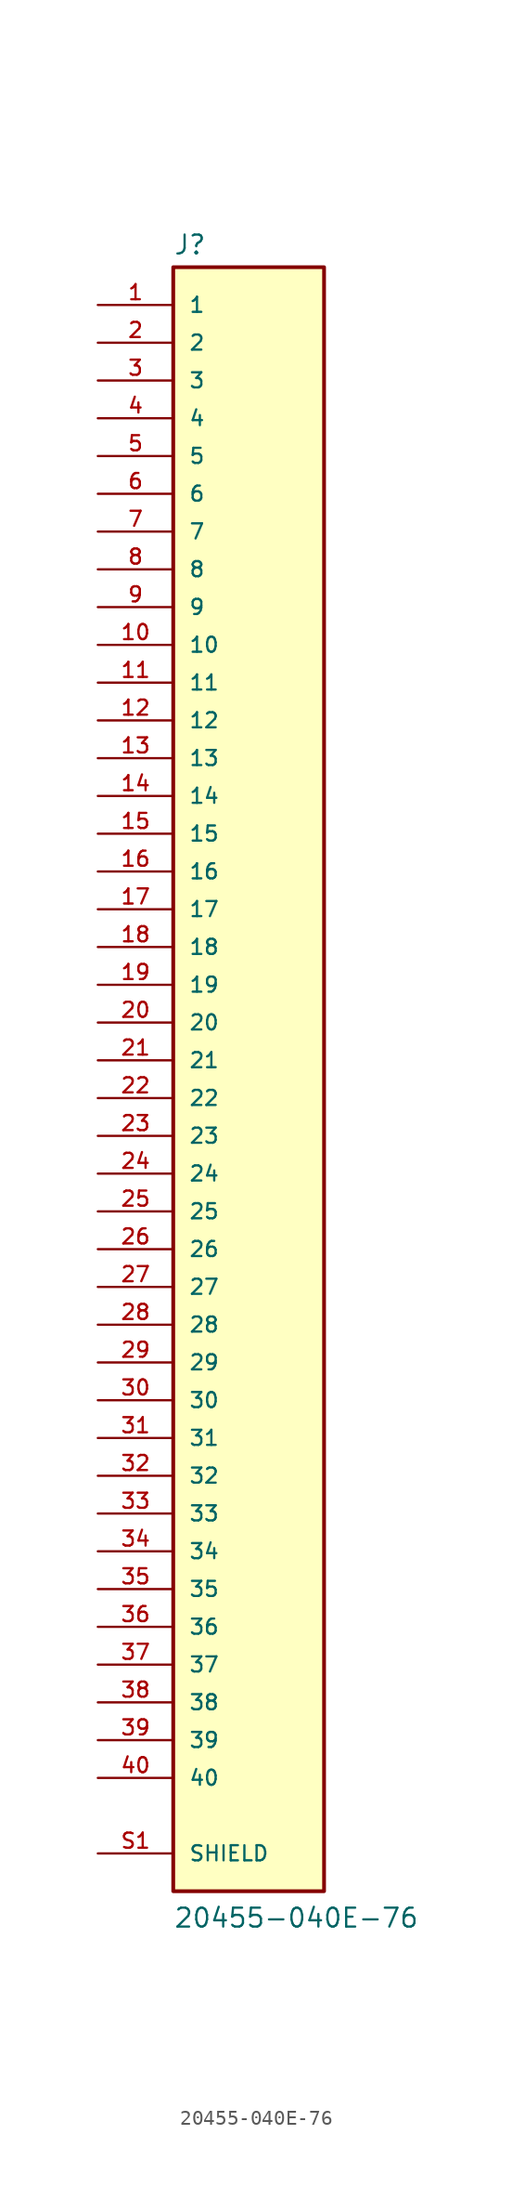
<source format=kicad_sym>
(kicad_symbol_lib
  (version 20211014)
  (generator kicad_symbol_editor)
  (symbol "20455-040E-76"
    (pin_names
      (offset 1.016))
    (property "Reference" "J"
      (at -5.08 54.102 0)
      (effects (font (size 1.27 1.27)) (justify bottom left)))
    (property "Value" "20455-040E-76"
      (at -5.08 -58.42 0)
      (effects (font (size 1.27 1.27)) (justify bottom left)))
    (symbol "20455-040E-76_0_0"
      (rectangle (start -5.08 -55.88) (end 5.08 53.34) (stroke (width 0.254)) (fill (type background)))
      (pin passive line (at -10.16 50.8 0) (length 5.08) (name "1" (effects (font (size 1.016 1.016)))) (number "1" (effects (font (size 1.016 1.016)))))
      (pin passive line (at -10.16 48.26 0) (length 5.08) (name "2" (effects (font (size 1.016 1.016)))) (number "2" (effects (font (size 1.016 1.016)))))
      (pin passive line (at -10.16 45.72 0) (length 5.08) (name "3" (effects (font (size 1.016 1.016)))) (number "3" (effects (font (size 1.016 1.016)))))
      (pin passive line (at -10.16 43.18 0) (length 5.08) (name "4" (effects (font (size 1.016 1.016)))) (number "4" (effects (font (size 1.016 1.016)))))
      (pin passive line (at -10.16 40.64 0) (length 5.08) (name "5" (effects (font (size 1.016 1.016)))) (number "5" (effects (font (size 1.016 1.016)))))
      (pin passive line (at -10.16 38.1 0) (length 5.08) (name "6" (effects (font (size 1.016 1.016)))) (number "6" (effects (font (size 1.016 1.016)))))
      (pin passive line (at -10.16 35.56 0) (length 5.08) (name "7" (effects (font (size 1.016 1.016)))) (number "7" (effects (font (size 1.016 1.016)))))
      (pin passive line (at -10.16 33.02 0) (length 5.08) (name "8" (effects (font (size 1.016 1.016)))) (number "8" (effects (font (size 1.016 1.016)))))
      (pin passive line (at -10.16 30.48 0) (length 5.08) (name "9" (effects (font (size 1.016 1.016)))) (number "9" (effects (font (size 1.016 1.016)))))
      (pin passive line (at -10.16 27.94 0) (length 5.08) (name "10" (effects (font (size 1.016 1.016)))) (number "10" (effects (font (size 1.016 1.016)))))
      (pin passive line (at -10.16 25.4 0) (length 5.08) (name "11" (effects (font (size 1.016 1.016)))) (number "11" (effects (font (size 1.016 1.016)))))
      (pin passive line (at -10.16 22.86 0) (length 5.08) (name "12" (effects (font (size 1.016 1.016)))) (number "12" (effects (font (size 1.016 1.016)))))
      (pin passive line (at -10.16 20.32 0) (length 5.08) (name "13" (effects (font (size 1.016 1.016)))) (number "13" (effects (font (size 1.016 1.016)))))
      (pin passive line (at -10.16 17.78 0) (length 5.08) (name "14" (effects (font (size 1.016 1.016)))) (number "14" (effects (font (size 1.016 1.016)))))
      (pin passive line (at -10.16 15.24 0) (length 5.08) (name "15" (effects (font (size 1.016 1.016)))) (number "15" (effects (font (size 1.016 1.016)))))
      (pin passive line (at -10.16 12.7 0) (length 5.08) (name "16" (effects (font (size 1.016 1.016)))) (number "16" (effects (font (size 1.016 1.016)))))
      (pin passive line (at -10.16 10.16 0) (length 5.08) (name "17" (effects (font (size 1.016 1.016)))) (number "17" (effects (font (size 1.016 1.016)))))
      (pin passive line (at -10.16 7.62 0) (length 5.08) (name "18" (effects (font (size 1.016 1.016)))) (number "18" (effects (font (size 1.016 1.016)))))
      (pin passive line (at -10.16 5.08 0) (length 5.08) (name "19" (effects (font (size 1.016 1.016)))) (number "19" (effects (font (size 1.016 1.016)))))
      (pin passive line (at -10.16 2.54 0) (length 5.08) (name "20" (effects (font (size 1.016 1.016)))) (number "20" (effects (font (size 1.016 1.016)))))
      (pin passive line (at -10.16 -53.34 0) (length 5.08) (name "SHIELD" (effects (font (size 1.016 1.016)))) (number "S1" (effects (font (size 1.016 1.016)))))
      (pin passive line (at -10.16 -53.34 0) (length 5.08) hide (name "SHIELD" (effects (font (size 1.016 1.016)))) (number "S2" (effects (font (size 1.016 1.016)))))
      (pin passive line (at -10.16 -53.34 0) (length 5.08) hide (name "SHIELD" (effects (font (size 1.016 1.016)))) (number "S3" (effects (font (size 1.016 1.016)))))
      (pin passive line (at -10.16 -53.34 0) (length 5.08) hide (name "SHIELD" (effects (font (size 1.016 1.016)))) (number "S4" (effects (font (size 1.016 1.016)))))
      (pin passive line (at -10.16 0.0 0) (length 5.08) (name "21" (effects (font (size 1.016 1.016)))) (number "21" (effects (font (size 1.016 1.016)))))
      (pin passive line (at -10.16 -2.54 0) (length 5.08) (name "22" (effects (font (size 1.016 1.016)))) (number "22" (effects (font (size 1.016 1.016)))))
      (pin passive line (at -10.16 -5.08 0) (length 5.08) (name "23" (effects (font (size 1.016 1.016)))) (number "23" (effects (font (size 1.016 1.016)))))
      (pin passive line (at -10.16 -7.62 0) (length 5.08) (name "24" (effects (font (size 1.016 1.016)))) (number "24" (effects (font (size 1.016 1.016)))))
      (pin passive line (at -10.16 -10.16 0) (length 5.08) (name "25" (effects (font (size 1.016 1.016)))) (number "25" (effects (font (size 1.016 1.016)))))
      (pin passive line (at -10.16 -12.7 0) (length 5.08) (name "26" (effects (font (size 1.016 1.016)))) (number "26" (effects (font (size 1.016 1.016)))))
      (pin passive line (at -10.16 -15.24 0) (length 5.08) (name "27" (effects (font (size 1.016 1.016)))) (number "27" (effects (font (size 1.016 1.016)))))
      (pin passive line (at -10.16 -17.78 0) (length 5.08) (name "28" (effects (font (size 1.016 1.016)))) (number "28" (effects (font (size 1.016 1.016)))))
      (pin passive line (at -10.16 -20.32 0) (length 5.08) (name "29" (effects (font (size 1.016 1.016)))) (number "29" (effects (font (size 1.016 1.016)))))
      (pin passive line (at -10.16 -22.86 0) (length 5.08) (name "30" (effects (font (size 1.016 1.016)))) (number "30" (effects (font (size 1.016 1.016)))))
      (pin passive line (at -10.16 -25.4 0) (length 5.08) (name "31" (effects (font (size 1.016 1.016)))) (number "31" (effects (font (size 1.016 1.016)))))
      (pin passive line (at -10.16 -27.94 0) (length 5.08) (name "32" (effects (font (size 1.016 1.016)))) (number "32" (effects (font (size 1.016 1.016)))))
      (pin passive line (at -10.16 -30.48 0) (length 5.08) (name "33" (effects (font (size 1.016 1.016)))) (number "33" (effects (font (size 1.016 1.016)))))
      (pin passive line (at -10.16 -33.02 0) (length 5.08) (name "34" (effects (font (size 1.016 1.016)))) (number "34" (effects (font (size 1.016 1.016)))))
      (pin passive line (at -10.16 -35.56 0) (length 5.08) (name "35" (effects (font (size 1.016 1.016)))) (number "35" (effects (font (size 1.016 1.016)))))
      (pin passive line (at -10.16 -38.1 0) (length 5.08) (name "36" (effects (font (size 1.016 1.016)))) (number "36" (effects (font (size 1.016 1.016)))))
      (pin passive line (at -10.16 -40.64 0) (length 5.08) (name "37" (effects (font (size 1.016 1.016)))) (number "37" (effects (font (size 1.016 1.016)))))
      (pin passive line (at -10.16 -43.18 0) (length 5.08) (name "38" (effects (font (size 1.016 1.016)))) (number "38" (effects (font (size 1.016 1.016)))))
      (pin passive line (at -10.16 -45.72 0) (length 5.08) (name "39" (effects (font (size 1.016 1.016)))) (number "39" (effects (font (size 1.016 1.016)))))
      (pin passive line (at -10.16 -48.26 0) (length 5.08) (name "40" (effects (font (size 1.016 1.016)))) (number "40" (effects (font (size 1.016 1.016))))))))
</source>
